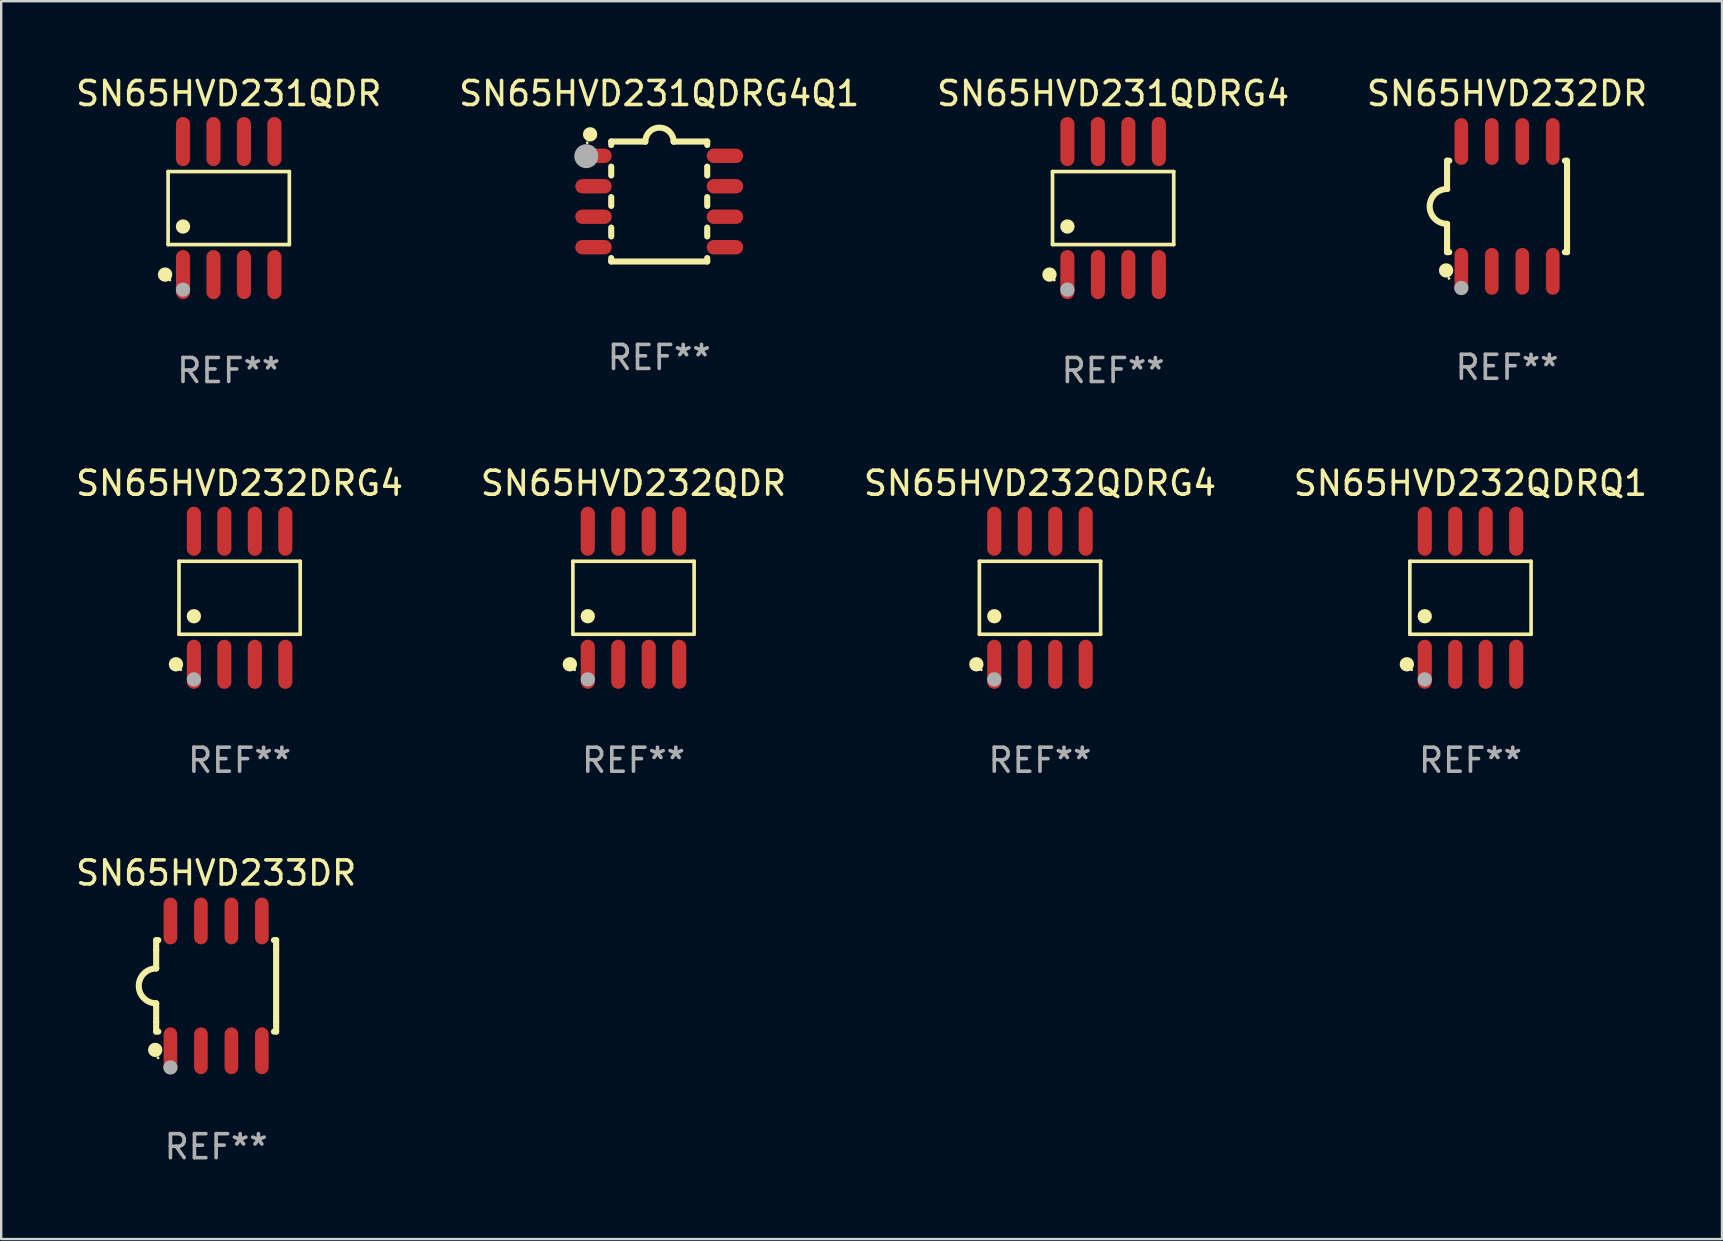
<source format=kicad_pcb>
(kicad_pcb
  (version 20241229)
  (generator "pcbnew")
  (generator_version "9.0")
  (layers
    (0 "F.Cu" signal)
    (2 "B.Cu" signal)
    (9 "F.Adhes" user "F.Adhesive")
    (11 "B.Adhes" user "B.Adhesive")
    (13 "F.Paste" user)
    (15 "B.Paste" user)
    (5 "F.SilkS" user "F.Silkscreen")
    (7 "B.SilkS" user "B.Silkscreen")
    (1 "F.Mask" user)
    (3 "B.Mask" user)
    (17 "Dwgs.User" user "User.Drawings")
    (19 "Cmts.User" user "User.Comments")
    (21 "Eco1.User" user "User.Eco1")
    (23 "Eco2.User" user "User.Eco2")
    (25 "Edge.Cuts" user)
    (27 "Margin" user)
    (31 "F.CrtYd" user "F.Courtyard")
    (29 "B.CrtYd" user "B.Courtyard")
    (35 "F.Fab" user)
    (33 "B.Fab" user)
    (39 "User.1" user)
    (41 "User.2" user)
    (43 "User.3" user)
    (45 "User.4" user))
  (footprint "SN65HVD233DR"
    (layer "F.Cu")
    (at 5.958 38.036)
    (property "Reference" "SN65HVD233DR" (at 0 -4.705 0) (layer "F.SilkS") (effects (font (size 1 1) (thickness 0.15))))
    (attr through_hole)
    (fp_line (start -2.5 -1.905) (end -2.409 -1.905) (stroke (width 0.254) (type solid)) (layer "F.SilkS"))
    (fp_line (start -2.5 -1.5) (end -2.5 -1.905) (stroke (width 0.254) (type solid)) (layer "F.SilkS"))
    (fp_line (start -2.5 -1.5) (end -2.5 -0.726) (stroke (width 0.254) (type solid)) (layer "F.SilkS"))
    (fp_line (start -2.5 1.5) (end -2.5 0.727) (stroke (width 0.254) (type solid)) (layer "F.SilkS"))
    (fp_line (start -2.5 1.5) (end -2.5 1.905) (stroke (width 0.254) (type solid)) (layer "F.SilkS"))
    (fp_line (start -2.5 1.905) (end -2.409 1.905) (stroke (width 0.254) (type solid)) (layer "F.SilkS"))
    (fp_line (start 2.5 -1.905) (end 2.409 -1.905) (stroke (width 0.254) (type solid)) (layer "F.SilkS"))
    (fp_line (start 2.5 -1.5) (end 2.5 -1.905) (stroke (width 0.254) (type solid)) (layer "F.SilkS"))
    (fp_line (start 2.5 -1.5) (end 2.5 1.5) (stroke (width 0.254) (type solid)) (layer "F.SilkS"))
    (fp_line (start 2.5 1.5) (end 2.5 1.905) (stroke (width 0.254) (type solid)) (layer "F.SilkS"))
    (fp_line (start 2.5 1.905) (end 2.409 1.905) (stroke (width 0.254) (type solid)) (layer "F.SilkS"))
    (fp_arc (start -2.5 0.726568) (mid -3.220316 -0.0023) (end -2.495097 -0.726289) (stroke (width 0.254001) (type solid)) (layer "F.SilkS"))
    (fp_circle (center -2.54 2.667) (end -2.39 2.667) (stroke (width 0.3) (type solid)) (fill no) (layer "F.SilkS"))
    (fp_circle (center -2.42 3) (end -2.39 3) (stroke (width 0.06) (type solid)) (fill no) (layer "F.SilkS"))
    (fp_circle (center -1.905 3.4) (end -1.755 3.4) (stroke (width 0.3) (type solid)) (fill no) (layer "F.Fab"))
    (fp_text user "REF**" (at 0 6.705 0) (layer "F.Fab") (effects (font (size 1 1) (thickness 0.15))))
    (pad "1" smd oval (at -1.905 2.705) (size 0.568 1.95) (layers "F.Cu" "F.Mask" "F.Paste"))
    (pad "2" smd oval (at -0.635 2.705) (size 0.568 1.95) (layers "F.Cu" "F.Mask" "F.Paste"))
    (pad "3" smd oval (at 0.635 2.705) (size 0.568 1.95) (layers "F.Cu" "F.Mask" "F.Paste"))
    (pad "4" smd oval (at 1.905 2.705) (size 0.568 1.95) (layers "F.Cu" "F.Mask" "F.Paste"))
    (pad "5" smd oval (at 1.905 -2.705) (size 0.568 1.95) (layers "F.Cu" "F.Mask" "F.Paste"))
    (pad "6" smd oval (at 0.635 -2.705) (size 0.568 1.95) (layers "F.Cu" "F.Mask" "F.Paste"))
    (pad "7" smd oval (at -0.635 -2.705) (size 0.568 1.95) (layers "F.Cu" "F.Mask" "F.Paste"))
    (pad "8" smd oval (at -1.905 -2.705) (size 0.568 1.95) (layers "F.Cu" "F.Mask" "F.Paste")))
  (footprint "SN65HVD231QDRG4"
    (layer "F.Cu")
    (at 43.339 5.621)
    (property "Reference" "SN65HVD231QDRG4" (at 0 -4.772 0) (layer "F.SilkS") (effects (font (size 1 1) (thickness 0.15))))
    (attr through_hole)
    (fp_line (start -2.526 -1.521) (end 2.526 -1.521) (stroke (width 0.152) (type solid)) (layer "F.SilkS"))
    (fp_line (start -2.526 1.521) (end -2.526 -1.521) (stroke (width 0.152) (type solid)) (layer "F.SilkS"))
    (fp_line (start 2.526 -1.521) (end 2.526 1.521) (stroke (width 0.152) (type solid)) (layer "F.SilkS"))
    (fp_line (start 2.526 1.521) (end -2.526 1.521) (stroke (width 0.152) (type solid)) (layer "F.SilkS"))
    (fp_circle (center -2.652 2.772) (end -2.501 2.772) (stroke (width 0.3) (type solid)) (fill no) (layer "F.SilkS"))
    (fp_circle (center -2.45 3) (end -2.42 3) (stroke (width 0.06) (type solid)) (fill no) (layer "F.SilkS"))
    (fp_circle (center -1.905 0.769) (end -1.755 0.769) (stroke (width 0.3) (type solid)) (fill no) (layer "F.SilkS"))
    (fp_circle (center -1.905 3.4) (end -1.755 3.4) (stroke (width 0.3) (type solid)) (fill no) (layer "F.Fab"))
    (fp_text user "REF**" (at 0 6.772 0) (layer "F.Fab") (effects (font (size 1 1) (thickness 0.15))))
    (pad "1" smd oval (at -1.905 2.772) (size 0.588 2.045) (layers "F.Cu" "F.Mask" "F.Paste"))
    (pad "2" smd oval (at -0.635 2.772) (size 0.588 2.045) (layers "F.Cu" "F.Mask" "F.Paste"))
    (pad "3" smd oval (at 0.635 2.772) (size 0.588 2.045) (layers "F.Cu" "F.Mask" "F.Paste"))
    (pad "4" smd oval (at 1.905 2.772) (size 0.588 2.045) (layers "F.Cu" "F.Mask" "F.Paste"))
    (pad "5" smd oval (at 1.905 -2.772) (size 0.588 2.045) (layers "F.Cu" "F.Mask" "F.Paste"))
    (pad "6" smd oval (at 0.635 -2.772) (size 0.588 2.045) (layers "F.Cu" "F.Mask" "F.Paste"))
    (pad "7" smd oval (at -0.635 -2.772) (size 0.588 2.045) (layers "F.Cu" "F.Mask" "F.Paste"))
    (pad "8" smd oval (at -1.905 -2.772) (size 0.588 2.045) (layers "F.Cu" "F.Mask" "F.Paste")))
  (footprint "SN65HVD231QDR"
    (layer "F.Cu")
    (at 6.482 5.621)
    (property "Reference" "SN65HVD231QDR" (at 0 -4.772 0) (layer "F.SilkS") (effects (font (size 1 1) (thickness 0.15))))
    (attr through_hole)
    (fp_line (start -2.526 -1.521) (end 2.526 -1.521) (stroke (width 0.152) (type solid)) (layer "F.SilkS"))
    (fp_line (start -2.526 1.521) (end -2.526 -1.521) (stroke (width 0.152) (type solid)) (layer "F.SilkS"))
    (fp_line (start 2.526 -1.521) (end 2.526 1.521) (stroke (width 0.152) (type solid)) (layer "F.SilkS"))
    (fp_line (start 2.526 1.521) (end -2.526 1.521) (stroke (width 0.152) (type solid)) (layer "F.SilkS"))
    (fp_circle (center -2.652 2.772) (end -2.501 2.772) (stroke (width 0.3) (type solid)) (fill no) (layer "F.SilkS"))
    (fp_circle (center -2.45 3) (end -2.42 3) (stroke (width 0.06) (type solid)) (fill no) (layer "F.SilkS"))
    (fp_circle (center -1.905 0.769) (end -1.755 0.769) (stroke (width 0.3) (type solid)) (fill no) (layer "F.SilkS"))
    (fp_circle (center -1.905 3.4) (end -1.755 3.4) (stroke (width 0.3) (type solid)) (fill no) (layer "F.Fab"))
    (fp_text user "REF**" (at 0 6.772 0) (layer "F.Fab") (effects (font (size 1 1) (thickness 0.15))))
    (pad "1" smd oval (at -1.905 2.772) (size 0.588 2.045) (layers "F.Cu" "F.Mask" "F.Paste"))
    (pad "2" smd oval (at -0.635 2.772) (size 0.588 2.045) (layers "F.Cu" "F.Mask" "F.Paste"))
    (pad "3" smd oval (at 0.635 2.772) (size 0.588 2.045) (layers "F.Cu" "F.Mask" "F.Paste"))
    (pad "4" smd oval (at 1.905 2.772) (size 0.588 2.045) (layers "F.Cu" "F.Mask" "F.Paste"))
    (pad "5" smd oval (at 1.905 -2.772) (size 0.588 2.045) (layers "F.Cu" "F.Mask" "F.Paste"))
    (pad "6" smd oval (at 0.635 -2.772) (size 0.588 2.045) (layers "F.Cu" "F.Mask" "F.Paste"))
    (pad "7" smd oval (at -0.635 -2.772) (size 0.588 2.045) (layers "F.Cu" "F.Mask" "F.Paste"))
    (pad "8" smd oval (at -1.905 -2.772) (size 0.588 2.045) (layers "F.Cu" "F.Mask" "F.Paste")))
  (footprint "SN65HVD232QDRQ1"
    (layer "F.Cu")
    (at 58.232 21.862)
    (property "Reference" "SN65HVD232QDRQ1" (at 0 -4.772 0) (layer "F.SilkS") (effects (font (size 1 1) (thickness 0.15))))
    (attr through_hole)
    (fp_line (start -2.526 -1.521) (end 2.526 -1.521) (stroke (width 0.152) (type solid)) (layer "F.SilkS"))
    (fp_line (start -2.526 1.521) (end -2.526 -1.521) (stroke (width 0.152) (type solid)) (layer "F.SilkS"))
    (fp_line (start 2.526 -1.521) (end 2.526 1.521) (stroke (width 0.152) (type solid)) (layer "F.SilkS"))
    (fp_line (start 2.526 1.521) (end -2.526 1.521) (stroke (width 0.152) (type solid)) (layer "F.SilkS"))
    (fp_circle (center -2.652 2.772) (end -2.501 2.772) (stroke (width 0.3) (type solid)) (fill no) (layer "F.SilkS"))
    (fp_circle (center -2.45 3) (end -2.42 3) (stroke (width 0.06) (type solid)) (fill no) (layer "F.SilkS"))
    (fp_circle (center -1.905 0.769) (end -1.755 0.769) (stroke (width 0.3) (type solid)) (fill no) (layer "F.SilkS"))
    (fp_circle (center -1.905 3.4) (end -1.755 3.4) (stroke (width 0.3) (type solid)) (fill no) (layer "F.Fab"))
    (fp_text user "REF**" (at 0 6.772 0) (layer "F.Fab") (effects (font (size 1 1) (thickness 0.15))))
    (pad "1" smd oval (at -1.905 2.772) (size 0.588 2.045) (layers "F.Cu" "F.Mask" "F.Paste"))
    (pad "2" smd oval (at -0.635 2.772) (size 0.588 2.045) (layers "F.Cu" "F.Mask" "F.Paste"))
    (pad "3" smd oval (at 0.635 2.772) (size 0.588 2.045) (layers "F.Cu" "F.Mask" "F.Paste"))
    (pad "4" smd oval (at 1.905 2.772) (size 0.588 2.045) (layers "F.Cu" "F.Mask" "F.Paste"))
    (pad "5" smd oval (at 1.905 -2.772) (size 0.588 2.045) (layers "F.Cu" "F.Mask" "F.Paste"))
    (pad "6" smd oval (at 0.635 -2.772) (size 0.588 2.045) (layers "F.Cu" "F.Mask" "F.Paste"))
    (pad "7" smd oval (at -0.635 -2.772) (size 0.588 2.045) (layers "F.Cu" "F.Mask" "F.Paste"))
    (pad "8" smd oval (at -1.905 -2.772) (size 0.588 2.045) (layers "F.Cu" "F.Mask" "F.Paste")))
  (footprint "SN65HVD232QDRG4"
    (layer "F.Cu")
    (at 40.292 21.862)
    (property "Reference" "SN65HVD232QDRG4" (at 0 -4.772 0) (layer "F.SilkS") (effects (font (size 1 1) (thickness 0.15))))
    (attr through_hole)
    (fp_line (start -2.526 -1.521) (end 2.526 -1.521) (stroke (width 0.152) (type solid)) (layer "F.SilkS"))
    (fp_line (start -2.526 1.521) (end -2.526 -1.521) (stroke (width 0.152) (type solid)) (layer "F.SilkS"))
    (fp_line (start 2.526 -1.521) (end 2.526 1.521) (stroke (width 0.152) (type solid)) (layer "F.SilkS"))
    (fp_line (start 2.526 1.521) (end -2.526 1.521) (stroke (width 0.152) (type solid)) (layer "F.SilkS"))
    (fp_circle (center -2.652 2.772) (end -2.501 2.772) (stroke (width 0.3) (type solid)) (fill no) (layer "F.SilkS"))
    (fp_circle (center -2.45 3) (end -2.42 3) (stroke (width 0.06) (type solid)) (fill no) (layer "F.SilkS"))
    (fp_circle (center -1.905 0.769) (end -1.755 0.769) (stroke (width 0.3) (type solid)) (fill no) (layer "F.SilkS"))
    (fp_circle (center -1.905 3.4) (end -1.755 3.4) (stroke (width 0.3) (type solid)) (fill no) (layer "F.Fab"))
    (fp_text user "REF**" (at 0 6.772 0) (layer "F.Fab") (effects (font (size 1 1) (thickness 0.15))))
    (pad "1" smd oval (at -1.905 2.772) (size 0.588 2.045) (layers "F.Cu" "F.Mask" "F.Paste"))
    (pad "2" smd oval (at -0.635 2.772) (size 0.588 2.045) (layers "F.Cu" "F.Mask" "F.Paste"))
    (pad "3" smd oval (at 0.635 2.772) (size 0.588 2.045) (layers "F.Cu" "F.Mask" "F.Paste"))
    (pad "4" smd oval (at 1.905 2.772) (size 0.588 2.045) (layers "F.Cu" "F.Mask" "F.Paste"))
    (pad "5" smd oval (at 1.905 -2.772) (size 0.588 2.045) (layers "F.Cu" "F.Mask" "F.Paste"))
    (pad "6" smd oval (at 0.635 -2.772) (size 0.588 2.045) (layers "F.Cu" "F.Mask" "F.Paste"))
    (pad "7" smd oval (at -0.635 -2.772) (size 0.588 2.045) (layers "F.Cu" "F.Mask" "F.Paste"))
    (pad "8" smd oval (at -1.905 -2.772) (size 0.588 2.045) (layers "F.Cu" "F.Mask" "F.Paste")))
  (footprint "SN65HVD232DR"
    (layer "F.Cu")
    (at 59.756 5.553)
    (property "Reference" "SN65HVD232DR" (at 0 -4.705 0) (layer "F.SilkS") (effects (font (size 1 1) (thickness 0.15))))
    (attr through_hole)
    (fp_line (start -2.5 -1.905) (end -2.409 -1.905) (stroke (width 0.254) (type solid)) (layer "F.SilkS"))
    (fp_line (start -2.5 -1.5) (end -2.5 -1.905) (stroke (width 0.254) (type solid)) (layer "F.SilkS"))
    (fp_line (start -2.5 -1.5) (end -2.5 -0.726) (stroke (width 0.254) (type solid)) (layer "F.SilkS"))
    (fp_line (start -2.5 1.5) (end -2.5 0.727) (stroke (width 0.254) (type solid)) (layer "F.SilkS"))
    (fp_line (start -2.5 1.5) (end -2.5 1.905) (stroke (width 0.254) (type solid)) (layer "F.SilkS"))
    (fp_line (start -2.5 1.905) (end -2.409 1.905) (stroke (width 0.254) (type solid)) (layer "F.SilkS"))
    (fp_line (start 2.5 -1.905) (end 2.409 -1.905) (stroke (width 0.254) (type solid)) (layer "F.SilkS"))
    (fp_line (start 2.5 -1.5) (end 2.5 -1.905) (stroke (width 0.254) (type solid)) (layer "F.SilkS"))
    (fp_line (start 2.5 -1.5) (end 2.5 1.5) (stroke (width 0.254) (type solid)) (layer "F.SilkS"))
    (fp_line (start 2.5 1.5) (end 2.5 1.905) (stroke (width 0.254) (type solid)) (layer "F.SilkS"))
    (fp_line (start 2.5 1.905) (end 2.409 1.905) (stroke (width 0.254) (type solid)) (layer "F.SilkS"))
    (fp_arc (start -2.5 0.726568) (mid -3.220316 -0.0023) (end -2.495097 -0.726289) (stroke (width 0.254001) (type solid)) (layer "F.SilkS"))
    (fp_circle (center -2.54 2.667) (end -2.39 2.667) (stroke (width 0.3) (type solid)) (fill no) (layer "F.SilkS"))
    (fp_circle (center -2.42 3) (end -2.39 3) (stroke (width 0.06) (type solid)) (fill no) (layer "F.SilkS"))
    (fp_circle (center -1.905 3.4) (end -1.755 3.4) (stroke (width 0.3) (type solid)) (fill no) (layer "F.Fab"))
    (fp_text user "REF**" (at 0 6.705 0) (layer "F.Fab") (effects (font (size 1 1) (thickness 0.15))))
    (pad "1" smd oval (at -1.905 2.705) (size 0.568 1.95) (layers "F.Cu" "F.Mask" "F.Paste"))
    (pad "2" smd oval (at -0.635 2.705) (size 0.568 1.95) (layers "F.Cu" "F.Mask" "F.Paste"))
    (pad "3" smd oval (at 0.635 2.705) (size 0.568 1.95) (layers "F.Cu" "F.Mask" "F.Paste"))
    (pad "4" smd oval (at 1.905 2.705) (size 0.568 1.95) (layers "F.Cu" "F.Mask" "F.Paste"))
    (pad "5" smd oval (at 1.905 -2.705) (size 0.568 1.95) (layers "F.Cu" "F.Mask" "F.Paste"))
    (pad "6" smd oval (at 0.635 -2.705) (size 0.568 1.95) (layers "F.Cu" "F.Mask" "F.Paste"))
    (pad "7" smd oval (at -0.635 -2.705) (size 0.568 1.95) (layers "F.Cu" "F.Mask" "F.Paste"))
    (pad "8" smd oval (at -1.905 -2.705) (size 0.568 1.95) (layers "F.Cu" "F.Mask" "F.Paste")))
  (footprint "SN65HVD232DRG4"
    (layer "F.Cu")
    (at 6.935 21.862)
    (property "Reference" "SN65HVD232DRG4" (at 0 -4.772 0) (layer "F.SilkS") (effects (font (size 1 1) (thickness 0.15))))
    (attr through_hole)
    (fp_line (start -2.526 -1.521) (end 2.526 -1.521) (stroke (width 0.152) (type solid)) (layer "F.SilkS"))
    (fp_line (start -2.526 1.521) (end -2.526 -1.521) (stroke (width 0.152) (type solid)) (layer "F.SilkS"))
    (fp_line (start 2.526 -1.521) (end 2.526 1.521) (stroke (width 0.152) (type solid)) (layer "F.SilkS"))
    (fp_line (start 2.526 1.521) (end -2.526 1.521) (stroke (width 0.152) (type solid)) (layer "F.SilkS"))
    (fp_circle (center -2.652 2.772) (end -2.501 2.772) (stroke (width 0.3) (type solid)) (fill no) (layer "F.SilkS"))
    (fp_circle (center -2.45 3) (end -2.42 3) (stroke (width 0.06) (type solid)) (fill no) (layer "F.SilkS"))
    (fp_circle (center -1.905 0.769) (end -1.755 0.769) (stroke (width 0.3) (type solid)) (fill no) (layer "F.SilkS"))
    (fp_circle (center -1.905 3.4) (end -1.755 3.4) (stroke (width 0.3) (type solid)) (fill no) (layer "F.Fab"))
    (fp_text user "REF**" (at 0 6.772 0) (layer "F.Fab") (effects (font (size 1 1) (thickness 0.15))))
    (pad "1" smd oval (at -1.905 2.772) (size 0.588 2.045) (layers "F.Cu" "F.Mask" "F.Paste"))
    (pad "2" smd oval (at -0.635 2.772) (size 0.588 2.045) (layers "F.Cu" "F.Mask" "F.Paste"))
    (pad "3" smd oval (at 0.635 2.772) (size 0.588 2.045) (layers "F.Cu" "F.Mask" "F.Paste"))
    (pad "4" smd oval (at 1.905 2.772) (size 0.588 2.045) (layers "F.Cu" "F.Mask" "F.Paste"))
    (pad "5" smd oval (at 1.905 -2.772) (size 0.588 2.045) (layers "F.Cu" "F.Mask" "F.Paste"))
    (pad "6" smd oval (at 0.635 -2.772) (size 0.588 2.045) (layers "F.Cu" "F.Mask" "F.Paste"))
    (pad "7" smd oval (at -0.635 -2.772) (size 0.588 2.045) (layers "F.Cu" "F.Mask" "F.Paste"))
    (pad "8" smd oval (at -1.905 -2.772) (size 0.588 2.045) (layers "F.Cu" "F.Mask" "F.Paste")))
  (footprint "SN65HVD231QDRG4Q1"
    (layer "F.Cu")
    (at 24.423 5.348)
    (property "Reference" "SN65HVD231QDRG4Q1" (at 0 -4.5 0) (layer "F.SilkS") (effects (font (size 1 1) (thickness 0.15))))
    (attr through_hole)
    (fp_line (start -2 -2.5) (end -2 -2.356) (stroke (width 0.254) (type solid)) (layer "F.SilkS"))
    (fp_line (start -2 -1.454) (end -2 -1.086) (stroke (width 0.254) (type solid)) (layer "F.SilkS"))
    (fp_line (start -2 -0.184) (end -2 0.184) (stroke (width 0.254) (type solid)) (layer "F.SilkS"))
    (fp_line (start -2 1.086) (end -2 1.454) (stroke (width 0.254) (type solid)) (layer "F.SilkS"))
    (fp_line (start -2 2.356) (end -2 2.5) (stroke (width 0.254) (type solid)) (layer "F.SilkS"))
    (fp_line (start -0.58 -2.5) (end -2 -2.5) (stroke (width 0.254) (type solid)) (layer "F.SilkS"))
    (fp_line (start 2 -2.5) (end 0.6 -2.5) (stroke (width 0.254) (type solid)) (layer "F.SilkS"))
    (fp_line (start 2 -2.5) (end 2 -2.356) (stroke (width 0.254) (type solid)) (layer "F.SilkS"))
    (fp_line (start 2 -1.454) (end 2 -1.086) (stroke (width 0.254) (type solid)) (layer "F.SilkS"))
    (fp_line (start 2 -0.184) (end 2 0.184) (stroke (width 0.254) (type solid)) (layer "F.SilkS"))
    (fp_line (start 2 1.086) (end 2 1.454) (stroke (width 0.254) (type solid)) (layer "F.SilkS"))
    (fp_line (start 2 2.356) (end 2 2.5) (stroke (width 0.254) (type solid)) (layer "F.SilkS"))
    (fp_line (start 2 2.5) (end -2 2.5) (stroke (width 0.254) (type solid)) (layer "F.SilkS"))
    (fp_arc (start -0.579908 -2.489992) (mid 0.010097 -3.07831) (end 0.600102 -2.489992) (stroke (width 0.254001) (type solid)) (layer "F.SilkS"))
    (fp_circle (center -3 -2.45) (end -2.97 -2.45) (stroke (width 0.06) (type solid)) (fill no) (layer "F.SilkS"))
    (fp_circle (center -2.88 -2.8) (end -2.73 -2.8) (stroke (width 0.3) (type solid)) (fill no) (layer "F.SilkS"))
    (fp_circle (center -3.04 -1.89) (end -2.79 -1.89) (stroke (width 0.5) (type solid)) (fill no) (layer "F.Fab"))
    (fp_text user "REF**" (at 0 6.5 0) (layer "F.Fab") (effects (font (size 1 1) (thickness 0.15))))
    (pad "1" smd oval (at -2.74 -1.905 90) (size 0.6 1.52) (layers "F.Cu" "F.Mask" "F.Paste"))
    (pad "2" smd oval (at -2.74 -0.635 90) (size 0.6 1.52) (layers "F.Cu" "F.Mask" "F.Paste"))
    (pad "3" smd oval (at -2.74 0.635 90) (size 0.6 1.52) (layers "F.Cu" "F.Mask" "F.Paste"))
    (pad "4" smd oval (at -2.74 1.905 90) (size 0.6 1.52) (layers "F.Cu" "F.Mask" "F.Paste"))
    (pad "5" smd oval (at 2.74 1.905 90) (size 0.6 1.52) (layers "F.Cu" "F.Mask" "F.Paste"))
    (pad "6" smd oval (at 2.74 0.635 90) (size 0.6 1.52) (layers "F.Cu" "F.Mask" "F.Paste"))
    (pad "7" smd oval (at 2.74 -0.635 90) (size 0.6 1.52) (layers "F.Cu" "F.Mask" "F.Paste"))
    (pad "8" smd oval (at 2.74 -1.905 90) (size 0.6 1.52) (layers "F.Cu" "F.Mask" "F.Paste")))
  (footprint "SN65HVD232QDR"
    (layer "F.Cu")
    (at 23.351 21.862)
    (property "Reference" "SN65HVD232QDR" (at 0 -4.772 0) (layer "F.SilkS") (effects (font (size 1 1) (thickness 0.15))))
    (attr through_hole)
    (fp_line (start -2.526 -1.521) (end 2.526 -1.521) (stroke (width 0.152) (type solid)) (layer "F.SilkS"))
    (fp_line (start -2.526 1.521) (end -2.526 -1.521) (stroke (width 0.152) (type solid)) (layer "F.SilkS"))
    (fp_line (start 2.526 -1.521) (end 2.526 1.521) (stroke (width 0.152) (type solid)) (layer "F.SilkS"))
    (fp_line (start 2.526 1.521) (end -2.526 1.521) (stroke (width 0.152) (type solid)) (layer "F.SilkS"))
    (fp_circle (center -2.652 2.772) (end -2.501 2.772) (stroke (width 0.3) (type solid)) (fill no) (layer "F.SilkS"))
    (fp_circle (center -2.45 3) (end -2.42 3) (stroke (width 0.06) (type solid)) (fill no) (layer "F.SilkS"))
    (fp_circle (center -1.905 0.769) (end -1.755 0.769) (stroke (width 0.3) (type solid)) (fill no) (layer "F.SilkS"))
    (fp_circle (center -1.905 3.4) (end -1.755 3.4) (stroke (width 0.3) (type solid)) (fill no) (layer "F.Fab"))
    (fp_text user "REF**" (at 0 6.772 0) (layer "F.Fab") (effects (font (size 1 1) (thickness 0.15))))
    (pad "1" smd oval (at -1.905 2.772) (size 0.588 2.045) (layers "F.Cu" "F.Mask" "F.Paste"))
    (pad "2" smd oval (at -0.635 2.772) (size 0.588 2.045) (layers "F.Cu" "F.Mask" "F.Paste"))
    (pad "3" smd oval (at 0.635 2.772) (size 0.588 2.045) (layers "F.Cu" "F.Mask" "F.Paste"))
    (pad "4" smd oval (at 1.905 2.772) (size 0.588 2.045) (layers "F.Cu" "F.Mask" "F.Paste"))
    (pad "5" smd oval (at 1.905 -2.772) (size 0.588 2.045) (layers "F.Cu" "F.Mask" "F.Paste"))
    (pad "6" smd oval (at 0.635 -2.772) (size 0.588 2.045) (layers "F.Cu" "F.Mask" "F.Paste"))
    (pad "7" smd oval (at -0.635 -2.772) (size 0.588 2.045) (layers "F.Cu" "F.Mask" "F.Paste"))
    (pad "8" smd oval (at -1.905 -2.772) (size 0.588 2.045) (layers "F.Cu" "F.Mask" "F.Paste")))
  (gr_rect
    (start -3 -3)
    (end 68.714 48.589)
    (stroke (width 0.1) (type default))
    (fill no)
    (layer "Edge.Cuts")))
</source>
